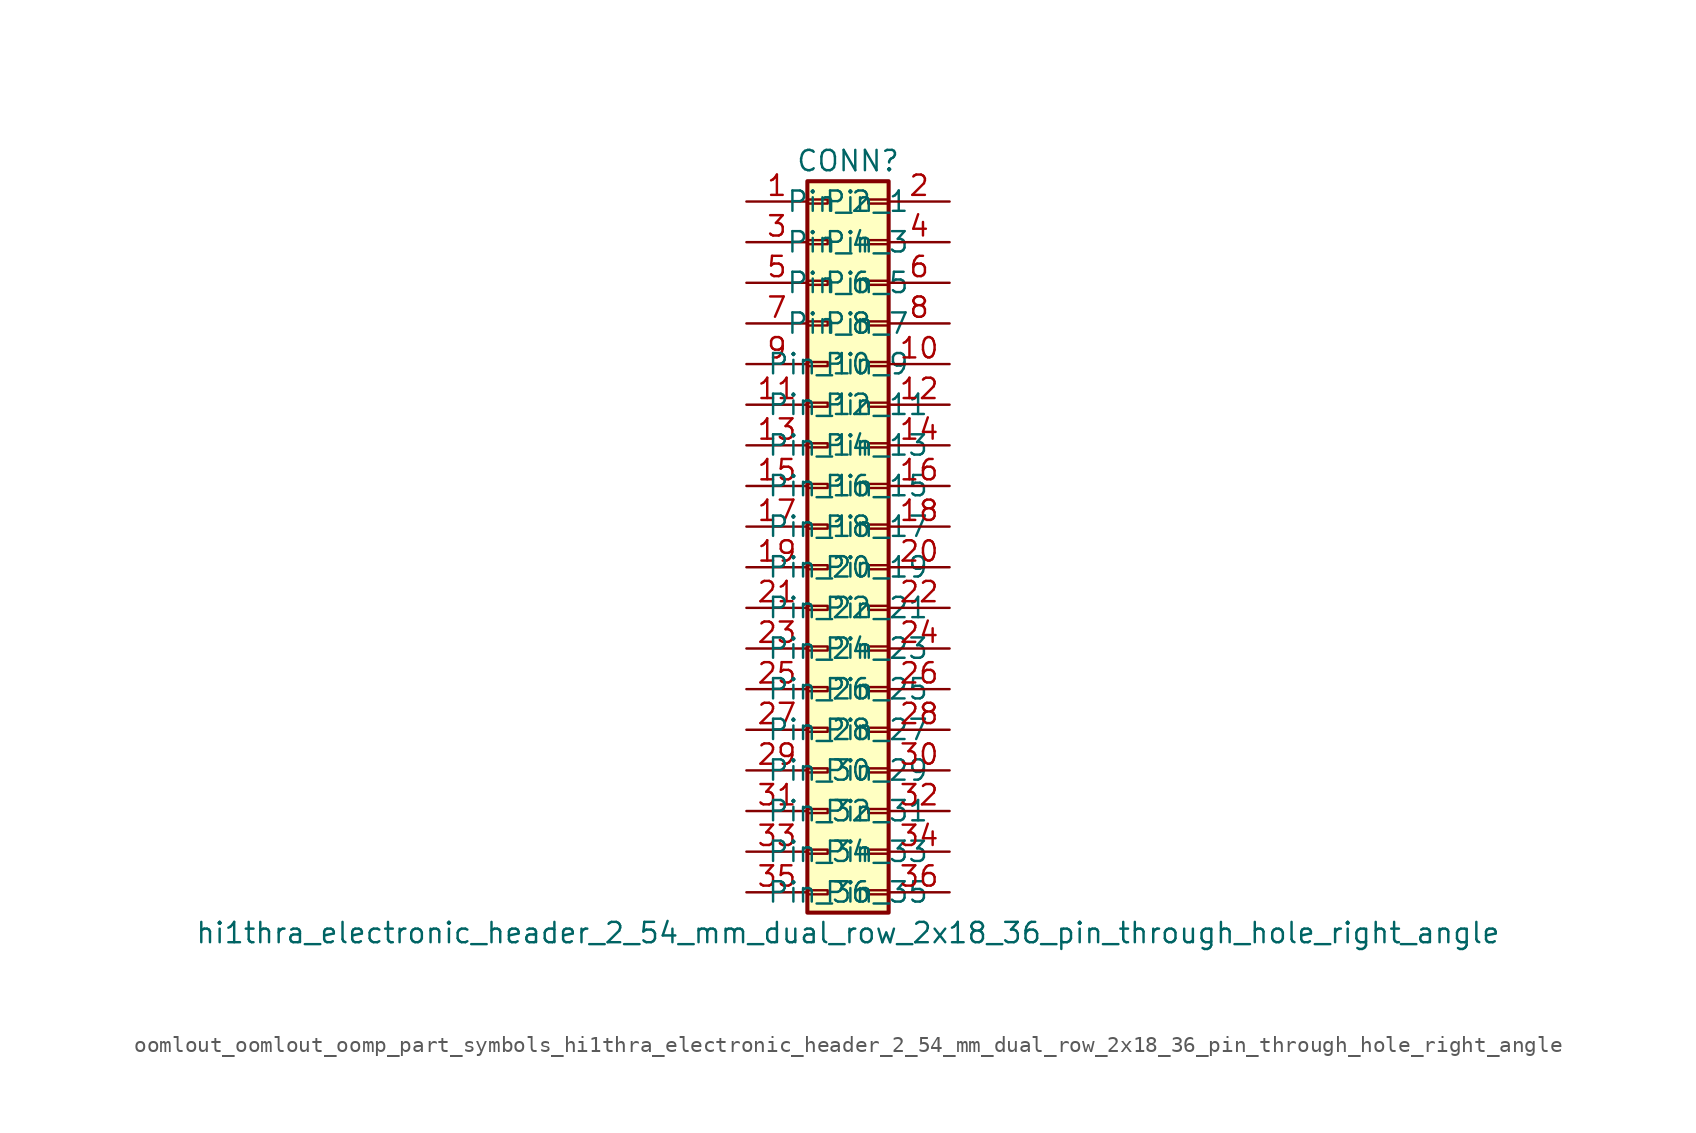
<source format=kicad_sym>
(kicad_symbol_lib
  (version 20220914)
  (generator kicad_symbol_editor)
  (symbol "oomlout_oomlout_oomp_part_symbols_hi1thra_electronic_header_2_54_mm_dual_row_2x18_36_pin_through_hole_right_angle"
    (pin_names
      (offset 1.016))
    (property "Reference" "CONN"
      (at 1.27 22.86 0)
      (effects (font (size 1.27 1.27))))
    (property "Value" "hi1thra_electronic_header_2_54_mm_dual_row_2x18_36_pin_through_hole_right_angle"
      (at 1.27 -25.4 0)
      (effects (font (size 1.27 1.27))))
    (symbol "oomlout_oomlout_oomp_part_symbols_hi1thra_electronic_header_2_54_mm_dual_row_2x18_36_pin_through_hole_right_angle_1_1"
      (rectangle (start -1.27 -22.733) (end 0 -22.987) (stroke (width 0.152) (type default)) (fill (type none)))
      (rectangle (start -1.27 -20.193) (end 0 -20.447) (stroke (width 0.152) (type default)) (fill (type none)))
      (rectangle (start -1.27 -17.653) (end 0 -17.907) (stroke (width 0.152) (type default)) (fill (type none)))
      (rectangle (start -1.27 -15.113) (end 0 -15.367) (stroke (width 0.152) (type default)) (fill (type none)))
      (rectangle (start -1.27 -12.573) (end 0 -12.827) (stroke (width 0.152) (type default)) (fill (type none)))
      (rectangle (start -1.27 -10.033) (end 0 -10.287) (stroke (width 0.152) (type default)) (fill (type none)))
      (rectangle (start -1.27 -7.493) (end 0 -7.747) (stroke (width 0.152) (type default)) (fill (type none)))
      (rectangle (start -1.27 -4.953) (end 0 -5.207) (stroke (width 0.152) (type default)) (fill (type none)))
      (rectangle (start -1.27 -2.413) (end 0 -2.667) (stroke (width 0.152) (type default)) (fill (type none)))
      (rectangle (start -1.27 0.127) (end 0 -0.127) (stroke (width 0.152) (type default)) (fill (type none)))
      (rectangle (start -1.27 2.667) (end 0 2.413) (stroke (width 0.152) (type default)) (fill (type none)))
      (rectangle (start -1.27 5.207) (end 0 4.953) (stroke (width 0.152) (type default)) (fill (type none)))
      (rectangle (start -1.27 7.747) (end 0 7.493) (stroke (width 0.152) (type default)) (fill (type none)))
      (rectangle (start -1.27 10.287) (end 0 10.033) (stroke (width 0.152) (type default)) (fill (type none)))
      (rectangle (start -1.27 12.827) (end 0 12.573) (stroke (width 0.152) (type default)) (fill (type none)))
      (rectangle (start -1.27 15.367) (end 0 15.113) (stroke (width 0.152) (type default)) (fill (type none)))
      (rectangle (start -1.27 17.907) (end 0 17.653) (stroke (width 0.152) (type default)) (fill (type none)))
      (rectangle (start -1.27 20.447) (end 0 20.193) (stroke (width 0.152) (type default)) (fill (type none)))
      (rectangle (start -1.27 21.59) (end 3.81 -24.13) (stroke (width 0.254) (type default)) (fill (type background)))
      (rectangle (start 3.81 -22.733) (end 2.54 -22.987) (stroke (width 0.152) (type default)) (fill (type none)))
      (rectangle (start 3.81 -20.193) (end 2.54 -20.447) (stroke (width 0.152) (type default)) (fill (type none)))
      (rectangle (start 3.81 -17.653) (end 2.54 -17.907) (stroke (width 0.152) (type default)) (fill (type none)))
      (rectangle (start 3.81 -15.113) (end 2.54 -15.367) (stroke (width 0.152) (type default)) (fill (type none)))
      (rectangle (start 3.81 -12.573) (end 2.54 -12.827) (stroke (width 0.152) (type default)) (fill (type none)))
      (rectangle (start 3.81 -10.033) (end 2.54 -10.287) (stroke (width 0.152) (type default)) (fill (type none)))
      (rectangle (start 3.81 -7.493) (end 2.54 -7.747) (stroke (width 0.152) (type default)) (fill (type none)))
      (rectangle (start 3.81 -4.953) (end 2.54 -5.207) (stroke (width 0.152) (type default)) (fill (type none)))
      (rectangle (start 3.81 -2.413) (end 2.54 -2.667) (stroke (width 0.152) (type default)) (fill (type none)))
      (rectangle (start 3.81 0.127) (end 2.54 -0.127) (stroke (width 0.152) (type default)) (fill (type none)))
      (rectangle (start 3.81 2.667) (end 2.54 2.413) (stroke (width 0.152) (type default)) (fill (type none)))
      (rectangle (start 3.81 5.207) (end 2.54 4.953) (stroke (width 0.152) (type default)) (fill (type none)))
      (rectangle (start 3.81 7.747) (end 2.54 7.493) (stroke (width 0.152) (type default)) (fill (type none)))
      (rectangle (start 3.81 10.287) (end 2.54 10.033) (stroke (width 0.152) (type default)) (fill (type none)))
      (rectangle (start 3.81 12.827) (end 2.54 12.573) (stroke (width 0.152) (type default)) (fill (type none)))
      (rectangle (start 3.81 15.367) (end 2.54 15.113) (stroke (width 0.152) (type default)) (fill (type none)))
      (rectangle (start 3.81 17.907) (end 2.54 17.653) (stroke (width 0.152) (type default)) (fill (type none)))
      (rectangle (start 3.81 20.447) (end 2.54 20.193) (stroke (width 0.152) (type default)) (fill (type none)))
      (pin passive line (at -5.08 20.32 0) (length 3.81) (name "Pin_1" (effects (font (size 1.27 1.27)))) (number "1" (effects (font (size 1.27 1.27)))))
      (pin passive line (at 7.62 10.16 180) (length 3.81) (name "Pin_10" (effects (font (size 1.27 1.27)))) (number "10" (effects (font (size 1.27 1.27)))))
      (pin passive line (at -5.08 7.62 0) (length 3.81) (name "Pin_11" (effects (font (size 1.27 1.27)))) (number "11" (effects (font (size 1.27 1.27)))))
      (pin passive line (at 7.62 7.62 180) (length 3.81) (name "Pin_12" (effects (font (size 1.27 1.27)))) (number "12" (effects (font (size 1.27 1.27)))))
      (pin passive line (at -5.08 5.08 0) (length 3.81) (name "Pin_13" (effects (font (size 1.27 1.27)))) (number "13" (effects (font (size 1.27 1.27)))))
      (pin passive line (at 7.62 5.08 180) (length 3.81) (name "Pin_14" (effects (font (size 1.27 1.27)))) (number "14" (effects (font (size 1.27 1.27)))))
      (pin passive line (at -5.08 2.54 0) (length 3.81) (name "Pin_15" (effects (font (size 1.27 1.27)))) (number "15" (effects (font (size 1.27 1.27)))))
      (pin passive line (at 7.62 2.54 180) (length 3.81) (name "Pin_16" (effects (font (size 1.27 1.27)))) (number "16" (effects (font (size 1.27 1.27)))))
      (pin passive line (at -5.08 0 0) (length 3.81) (name "Pin_17" (effects (font (size 1.27 1.27)))) (number "17" (effects (font (size 1.27 1.27)))))
      (pin passive line (at 7.62 0 180) (length 3.81) (name "Pin_18" (effects (font (size 1.27 1.27)))) (number "18" (effects (font (size 1.27 1.27)))))
      (pin passive line (at -5.08 -2.54 0) (length 3.81) (name "Pin_19" (effects (font (size 1.27 1.27)))) (number "19" (effects (font (size 1.27 1.27)))))
      (pin passive line (at 7.62 20.32 180) (length 3.81) (name "Pin_2" (effects (font (size 1.27 1.27)))) (number "2" (effects (font (size 1.27 1.27)))))
      (pin passive line (at 7.62 -2.54 180) (length 3.81) (name "Pin_20" (effects (font (size 1.27 1.27)))) (number "20" (effects (font (size 1.27 1.27)))))
      (pin passive line (at -5.08 -5.08 0) (length 3.81) (name "Pin_21" (effects (font (size 1.27 1.27)))) (number "21" (effects (font (size 1.27 1.27)))))
      (pin passive line (at 7.62 -5.08 180) (length 3.81) (name "Pin_22" (effects (font (size 1.27 1.27)))) (number "22" (effects (font (size 1.27 1.27)))))
      (pin passive line (at -5.08 -7.62 0) (length 3.81) (name "Pin_23" (effects (font (size 1.27 1.27)))) (number "23" (effects (font (size 1.27 1.27)))))
      (pin passive line (at 7.62 -7.62 180) (length 3.81) (name "Pin_24" (effects (font (size 1.27 1.27)))) (number "24" (effects (font (size 1.27 1.27)))))
      (pin passive line (at -5.08 -10.16 0) (length 3.81) (name "Pin_25" (effects (font (size 1.27 1.27)))) (number "25" (effects (font (size 1.27 1.27)))))
      (pin passive line (at 7.62 -10.16 180) (length 3.81) (name "Pin_26" (effects (font (size 1.27 1.27)))) (number "26" (effects (font (size 1.27 1.27)))))
      (pin passive line (at -5.08 -12.7 0) (length 3.81) (name "Pin_27" (effects (font (size 1.27 1.27)))) (number "27" (effects (font (size 1.27 1.27)))))
      (pin passive line (at 7.62 -12.7 180) (length 3.81) (name "Pin_28" (effects (font (size 1.27 1.27)))) (number "28" (effects (font (size 1.27 1.27)))))
      (pin passive line (at -5.08 -15.24 0) (length 3.81) (name "Pin_29" (effects (font (size 1.27 1.27)))) (number "29" (effects (font (size 1.27 1.27)))))
      (pin passive line (at -5.08 17.78 0) (length 3.81) (name "Pin_3" (effects (font (size 1.27 1.27)))) (number "3" (effects (font (size 1.27 1.27)))))
      (pin passive line (at 7.62 -15.24 180) (length 3.81) (name "Pin_30" (effects (font (size 1.27 1.27)))) (number "30" (effects (font (size 1.27 1.27)))))
      (pin passive line (at -5.08 -17.78 0) (length 3.81) (name "Pin_31" (effects (font (size 1.27 1.27)))) (number "31" (effects (font (size 1.27 1.27)))))
      (pin passive line (at 7.62 -17.78 180) (length 3.81) (name "Pin_32" (effects (font (size 1.27 1.27)))) (number "32" (effects (font (size 1.27 1.27)))))
      (pin passive line (at -5.08 -20.32 0) (length 3.81) (name "Pin_33" (effects (font (size 1.27 1.27)))) (number "33" (effects (font (size 1.27 1.27)))))
      (pin passive line (at 7.62 -20.32 180) (length 3.81) (name "Pin_34" (effects (font (size 1.27 1.27)))) (number "34" (effects (font (size 1.27 1.27)))))
      (pin passive line (at -5.08 -22.86 0) (length 3.81) (name "Pin_35" (effects (font (size 1.27 1.27)))) (number "35" (effects (font (size 1.27 1.27)))))
      (pin passive line (at 7.62 -22.86 180) (length 3.81) (name "Pin_36" (effects (font (size 1.27 1.27)))) (number "36" (effects (font (size 1.27 1.27)))))
      (pin passive line (at 7.62 17.78 180) (length 3.81) (name "Pin_4" (effects (font (size 1.27 1.27)))) (number "4" (effects (font (size 1.27 1.27)))))
      (pin passive line (at -5.08 15.24 0) (length 3.81) (name "Pin_5" (effects (font (size 1.27 1.27)))) (number "5" (effects (font (size 1.27 1.27)))))
      (pin passive line (at 7.62 15.24 180) (length 3.81) (name "Pin_6" (effects (font (size 1.27 1.27)))) (number "6" (effects (font (size 1.27 1.27)))))
      (pin passive line (at -5.08 12.7 0) (length 3.81) (name "Pin_7" (effects (font (size 1.27 1.27)))) (number "7" (effects (font (size 1.27 1.27)))))
      (pin passive line (at 7.62 12.7 180) (length 3.81) (name "Pin_8" (effects (font (size 1.27 1.27)))) (number "8" (effects (font (size 1.27 1.27)))))
      (pin passive line (at -5.08 10.16 0) (length 3.81) (name "Pin_9" (effects (font (size 1.27 1.27)))) (number "9" (effects (font (size 1.27 1.27))))))))
</source>
